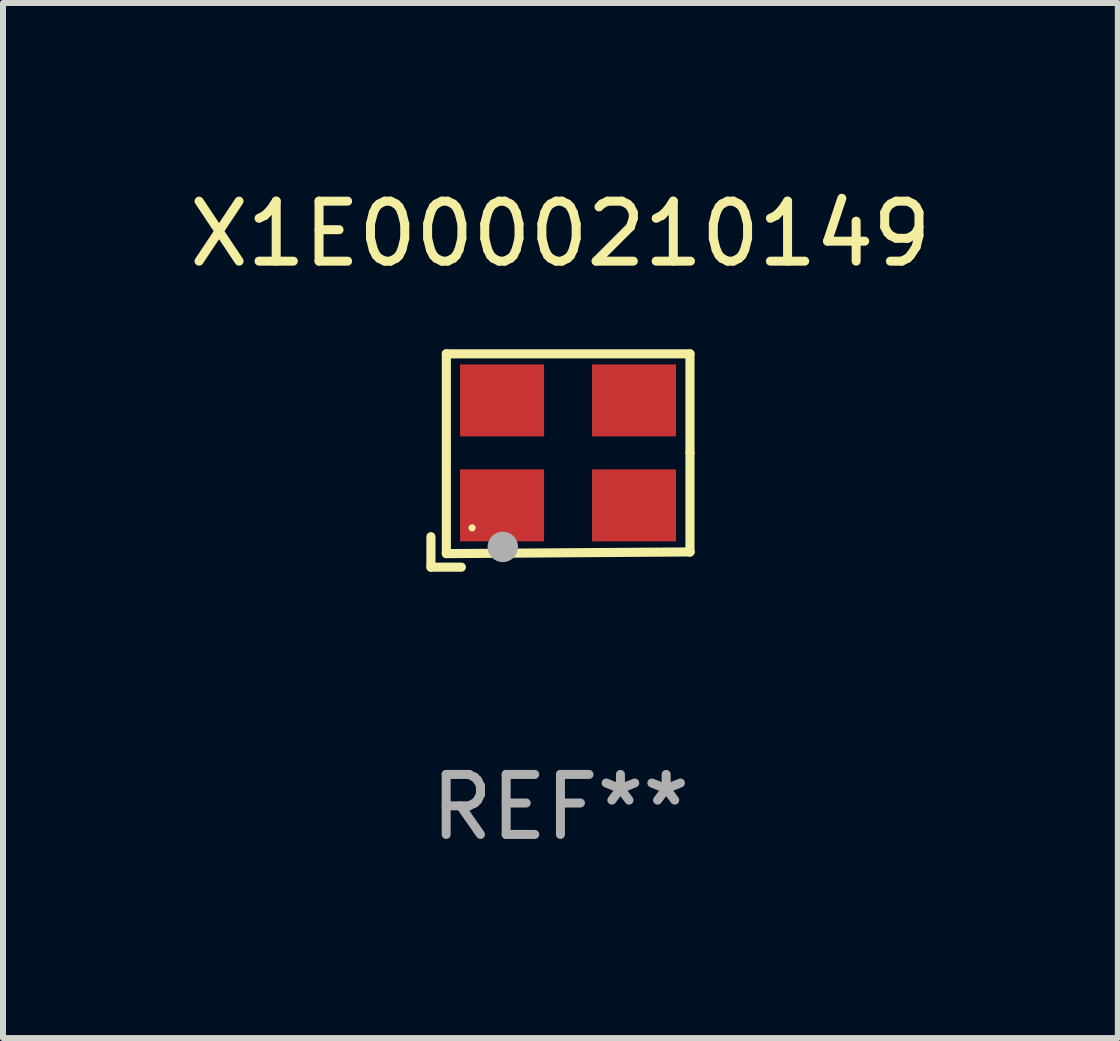
<source format=kicad_pcb>
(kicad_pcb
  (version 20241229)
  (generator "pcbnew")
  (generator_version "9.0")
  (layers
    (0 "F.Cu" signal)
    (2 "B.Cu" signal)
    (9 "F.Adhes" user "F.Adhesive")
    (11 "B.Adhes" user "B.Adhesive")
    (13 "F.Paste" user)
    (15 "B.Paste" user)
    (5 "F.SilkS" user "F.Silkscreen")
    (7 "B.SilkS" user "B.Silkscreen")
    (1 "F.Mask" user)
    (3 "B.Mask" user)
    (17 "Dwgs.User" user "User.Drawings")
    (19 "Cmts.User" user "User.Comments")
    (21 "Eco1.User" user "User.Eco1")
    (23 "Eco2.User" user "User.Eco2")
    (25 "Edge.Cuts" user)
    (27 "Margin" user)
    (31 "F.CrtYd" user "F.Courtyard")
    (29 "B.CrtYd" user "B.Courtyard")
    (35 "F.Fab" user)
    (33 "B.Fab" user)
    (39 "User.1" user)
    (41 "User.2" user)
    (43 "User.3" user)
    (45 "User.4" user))
  (footprint "X1E0000210149"
    (layer "F.Cu")
    (at 6.292 4.626)
    (property "Reference" "X1E0000210149" (at 0 -3.778 0) (layer "F.SilkS") (effects (font (size 1 1) (thickness 0.15))))
    (attr through_hole)
    (fp_line (start -2.159 1.27) (end -2.159 1.778) (stroke (width 0.152) (type solid)) (layer "F.SilkS"))
    (fp_line (start -2.159 1.778) (end -1.651 1.778) (stroke (width 0.152) (type solid)) (layer "F.SilkS"))
    (fp_line (start -1.902 -1.778) (end 2.159 -1.778) (stroke (width 0.152) (type solid)) (layer "F.SilkS"))
    (fp_line (start -1.902 1.552) (end -1.902 -1.778) (stroke (width 0.152) (type solid)) (layer "F.SilkS"))
    (fp_line (start 2.159 -1.778) (end 2.159 -0.127) (stroke (width 0.152) (type solid)) (layer "F.SilkS"))
    (fp_line (start 2.159 -0.127) (end 2.159 1.524) (stroke (width 0.152) (type solid)) (layer "F.SilkS"))
    (fp_line (start 2.159 1.524) (end -1.902 1.552) (stroke (width 0.152) (type solid)) (layer "F.SilkS"))
    (fp_line (start 2.159 1.524) (end 2.159 1.524) (stroke (width 0.152) (type solid)) (layer "F.SilkS"))
    (fp_circle (center -1.473 1.123) (end -1.443 1.123) (stroke (width 0.06) (type solid)) (fill no) (layer "F.SilkS"))
    (fp_circle (center -0.961 1.44) (end -0.834 1.44) (stroke (width 0.254) (type solid)) (fill no) (layer "F.Fab"))
    (fp_text user "REF**" (at 0 5.778 0) (layer "F.Fab") (effects (font (size 1 1) (thickness 0.15))))
    (pad "1" smd rect (at -0.973 0.748) (size 1.4 1.2) (layers "F.Cu" "F.Mask" "F.Paste"))
    (pad "2" smd rect (at 1.227 0.748) (size 1.4 1.2) (layers "F.Cu" "F.Mask" "F.Paste"))
    (pad "3" smd rect (at 1.227 -1.002) (size 1.4 1.2) (layers "F.Cu" "F.Mask" "F.Paste"))
    (pad "4" smd rect (at -0.973 -1.002) (size 1.4 1.2) (layers "F.Cu" "F.Mask" "F.Paste")))
  (gr_rect
    (start -3 -3)
    (end 15.583 14.253)
    (stroke (width 0.1) (type default))
    (fill no)
    (layer "Edge.Cuts")))
</source>
